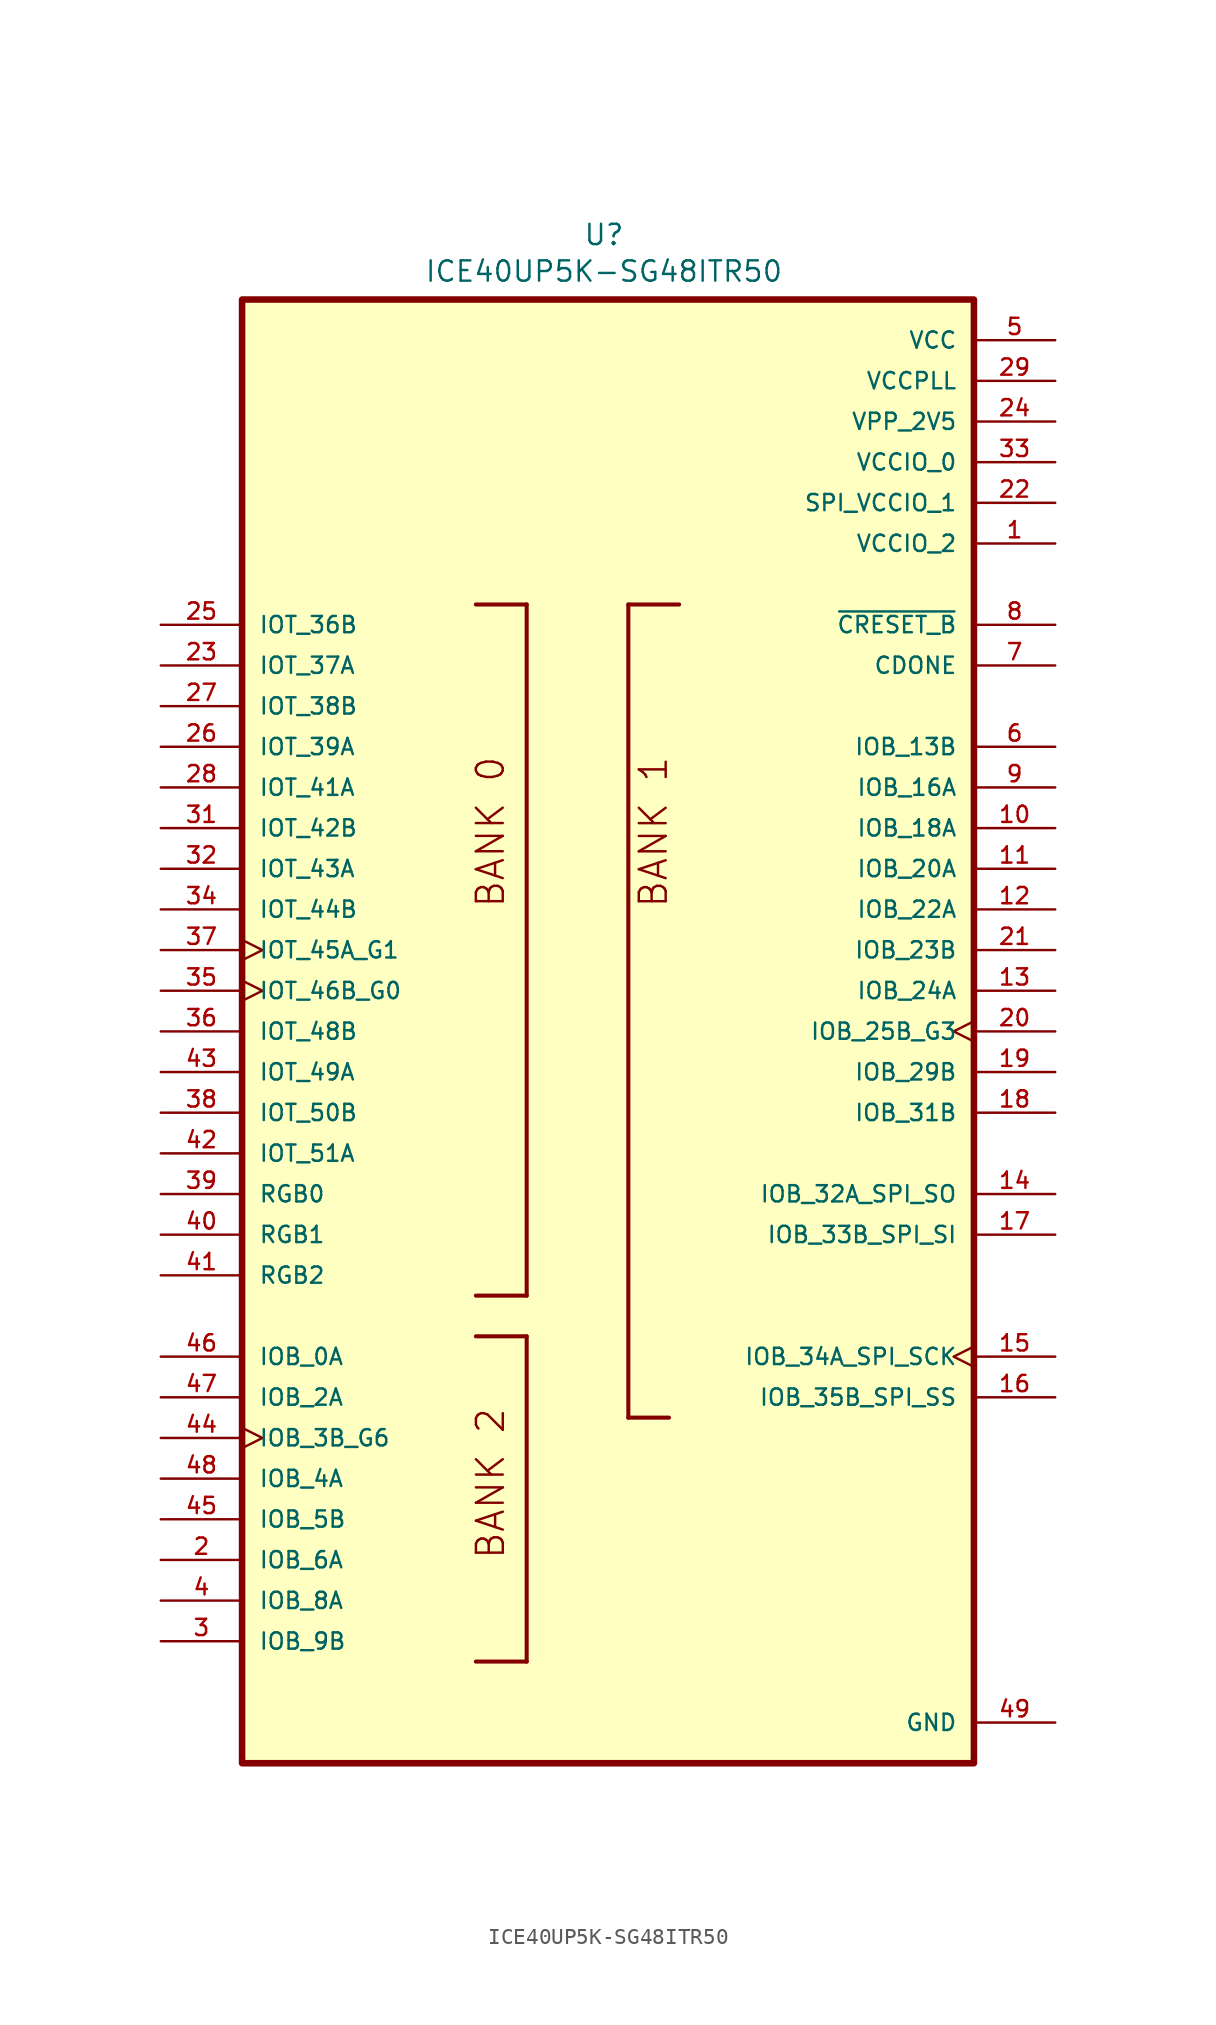
<source format=kicad_sym>
(kicad_symbol_lib
  (version 20241209)
  (generator "kicad_symbol_editor")
  (generator_version "9.0")
  (symbol "ICE40UP5K-SG48ITR50"
    (pin_names
      (offset 1.016))
    (property "Reference" "U"
      (at -0.254 49.022 0)
      (effects (font (size 1.27 1.27)) (justify bottom)))
    (property "Value" "ICE40UP5K-SG48ITR50"
      (at -0.254 46.736 0)
      (effects (font (size 1.27 1.27)) (justify bottom)))
    (symbol "ICE40UP5K-SG48ITR50_0_0"
      (rectangle (start -22.86 45.72) (end 22.86 -45.72) (stroke (width 0.41) (type default)) (fill (type background)))
      (polyline (pts (xy -8.255 26.67) (xy -5.08 26.67)) (stroke (width 0.254) (type default)) (fill (type none)))
      (polyline (pts (xy -8.255 -19.05) (xy -5.08 -19.05)) (stroke (width 0.254) (type default)) (fill (type none)))
      (polyline (pts (xy -5.08 26.67) (xy -5.08 -16.51)) (stroke (width 0.254) (type default)) (fill (type none)))
      (polyline (pts (xy -5.08 -16.51) (xy -8.255 -16.51)) (stroke (width 0.254) (type default)) (fill (type none)))
      (polyline (pts (xy -5.08 -19.05) (xy -5.08 -39.37)) (stroke (width 0.254) (type default)) (fill (type none)))
      (polyline (pts (xy -5.08 -39.37) (xy -8.255 -39.37)) (stroke (width 0.254) (type default)) (fill (type none)))
      (polyline (pts (xy 1.27 26.67) (xy 4.445 26.67)) (stroke (width 0.254) (type default)) (fill (type none)))
      (polyline (pts (xy 1.27 -24.13) (xy 1.27 26.67)) (stroke (width 0.254) (type default)) (fill (type none)))
      (polyline (pts (xy 3.81 -24.13) (xy 1.27 -24.13)) (stroke (width 0.254) (type default)) (fill (type none)))
      (text "BANK 0" (at -6.362 7.635 900) (effects (font (size 1.68 1.68)) (justify left bottom)))
      (text "BANK 2" (at -6.359 -33.064 900) (effects (font (size 1.679 1.679)) (justify left bottom)))
      (text "BANK 1" (at 3.817 7.633 900) (effects (font (size 1.679 1.679)) (justify left bottom)))
      (pin bidirectional line (at -27.94 25.4 0) (length 5.08) (name "IOT_36B" (effects (font (size 1.016 1.016)))) (number "25" (effects (font (size 1.016 1.016)))))
      (pin bidirectional line (at -27.94 22.86 0) (length 5.08) (name "IOT_37A" (effects (font (size 1.016 1.016)))) (number "23" (effects (font (size 1.016 1.016)))))
      (pin bidirectional line (at -27.94 20.32 0) (length 5.08) (name "IOT_38B" (effects (font (size 1.016 1.016)))) (number "27" (effects (font (size 1.016 1.016)))))
      (pin bidirectional line (at -27.94 17.78 0) (length 5.08) (name "IOT_39A" (effects (font (size 1.016 1.016)))) (number "26" (effects (font (size 1.016 1.016)))))
      (pin bidirectional line (at -27.94 15.24 0) (length 5.08) (name "IOT_41A" (effects (font (size 1.016 1.016)))) (number "28" (effects (font (size 1.016 1.016)))))
      (pin bidirectional line (at -27.94 12.7 0) (length 5.08) (name "IOT_42B" (effects (font (size 1.016 1.016)))) (number "31" (effects (font (size 1.016 1.016)))))
      (pin bidirectional line (at -27.94 10.16 0) (length 5.08) (name "IOT_43A" (effects (font (size 1.016 1.016)))) (number "32" (effects (font (size 1.016 1.016)))))
      (pin bidirectional line (at -27.94 7.62 0) (length 5.08) (name "IOT_44B" (effects (font (size 1.016 1.016)))) (number "34" (effects (font (size 1.016 1.016)))))
      (pin bidirectional clock (at -27.94 5.08 0) (length 5.08) (name "IOT_45A_G1" (effects (font (size 1.016 1.016)))) (number "37" (effects (font (size 1.016 1.016)))))
      (pin bidirectional clock (at -27.94 2.54 0) (length 5.08) (name "IOT_46B_G0" (effects (font (size 1.016 1.016)))) (number "35" (effects (font (size 1.016 1.016)))))
      (pin bidirectional line (at -27.94 0 0) (length 5.08) (name "IOT_48B" (effects (font (size 1.016 1.016)))) (number "36" (effects (font (size 1.016 1.016)))))
      (pin bidirectional line (at -27.94 -2.54 0) (length 5.08) (name "IOT_49A" (effects (font (size 1.016 1.016)))) (number "43" (effects (font (size 1.016 1.016)))))
      (pin bidirectional line (at -27.94 -5.08 0) (length 5.08) (name "IOT_50B" (effects (font (size 1.016 1.016)))) (number "38" (effects (font (size 1.016 1.016)))))
      (pin bidirectional line (at -27.94 -7.62 0) (length 5.08) (name "IOT_51A" (effects (font (size 1.016 1.016)))) (number "42" (effects (font (size 1.016 1.016)))))
      (pin bidirectional line (at -27.94 -10.16 0) (length 5.08) (name "RGB0" (effects (font (size 1.016 1.016)))) (number "39" (effects (font (size 1.016 1.016)))))
      (pin bidirectional line (at -27.94 -12.7 0) (length 5.08) (name "RGB1" (effects (font (size 1.016 1.016)))) (number "40" (effects (font (size 1.016 1.016)))))
      (pin bidirectional line (at -27.94 -15.24 0) (length 5.08) (name "RGB2" (effects (font (size 1.016 1.016)))) (number "41" (effects (font (size 1.016 1.016)))))
      (pin bidirectional line (at -27.94 -20.32 0) (length 5.08) (name "IOB_0A" (effects (font (size 1.016 1.016)))) (number "46" (effects (font (size 1.016 1.016)))))
      (pin bidirectional line (at -27.94 -22.86 0) (length 5.08) (name "IOB_2A" (effects (font (size 1.016 1.016)))) (number "47" (effects (font (size 1.016 1.016)))))
      (pin bidirectional clock (at -27.94 -25.4 0) (length 5.08) (name "IOB_3B_G6" (effects (font (size 1.016 1.016)))) (number "44" (effects (font (size 1.016 1.016)))))
      (pin bidirectional line (at -27.94 -27.94 0) (length 5.08) (name "IOB_4A" (effects (font (size 1.016 1.016)))) (number "48" (effects (font (size 1.016 1.016)))))
      (pin bidirectional line (at -27.94 -30.48 0) (length 5.08) (name "IOB_5B" (effects (font (size 1.016 1.016)))) (number "45" (effects (font (size 1.016 1.016)))))
      (pin bidirectional line (at -27.94 -33.02 0) (length 5.08) (name "IOB_6A" (effects (font (size 1.016 1.016)))) (number "2" (effects (font (size 1.016 1.016)))))
      (pin bidirectional line (at -27.94 -35.56 0) (length 5.08) (name "IOB_8A" (effects (font (size 1.016 1.016)))) (number "4" (effects (font (size 1.016 1.016)))))
      (pin bidirectional line (at -27.94 -38.1 0) (length 5.08) (name "IOB_9B" (effects (font (size 1.016 1.016)))) (number "3" (effects (font (size 1.016 1.016)))))
      (pin power_in line (at 27.94 43.18 180) (length 5.08) (name "VCC" (effects (font (size 1.016 1.016)))) (number "5" (effects (font (size 1.016 1.016)))))
      (pin power_in line (at 27.94 40.64 180) (length 5.08) (name "VCCPLL" (effects (font (size 1.016 1.016)))) (number "29" (effects (font (size 1.016 1.016)))))
      (pin power_in line (at 27.94 38.1 180) (length 5.08) (name "VPP_2V5" (effects (font (size 1.016 1.016)))) (number "24" (effects (font (size 1.016 1.016)))))
      (pin power_in line (at 27.94 35.56 180) (length 5.08) (name "VCCIO_0" (effects (font (size 1.016 1.016)))) (number "33" (effects (font (size 1.016 1.016)))))
      (pin power_in line (at 27.94 33.02 180) (length 5.08) (name "SPI_VCCIO_1" (effects (font (size 1.016 1.016)))) (number "22" (effects (font (size 1.016 1.016)))))
      (pin power_in line (at 27.94 30.48 180) (length 5.08) (name "VCCIO_2" (effects (font (size 1.016 1.016)))) (number "1" (effects (font (size 1.016 1.016)))))
      (pin input line (at 27.94 25.4 180) (length 5.08) (name "~{CRESET_B}" (effects (font (size 1.016 1.016)))) (number "8" (effects (font (size 1.016 1.016)))))
      (pin bidirectional line (at 27.94 22.86 180) (length 5.08) (name "CDONE" (effects (font (size 1.016 1.016)))) (number "7" (effects (font (size 1.016 1.016)))))
      (pin bidirectional line (at 27.94 17.78 180) (length 5.08) (name "IOB_13B" (effects (font (size 1.016 1.016)))) (number "6" (effects (font (size 1.016 1.016)))))
      (pin bidirectional line (at 27.94 15.24 180) (length 5.08) (name "IOB_16A" (effects (font (size 1.016 1.016)))) (number "9" (effects (font (size 1.016 1.016)))))
      (pin bidirectional line (at 27.94 12.7 180) (length 5.08) (name "IOB_18A" (effects (font (size 1.016 1.016)))) (number "10" (effects (font (size 1.016 1.016)))))
      (pin bidirectional line (at 27.94 10.16 180) (length 5.08) (name "IOB_20A" (effects (font (size 1.016 1.016)))) (number "11" (effects (font (size 1.016 1.016)))))
      (pin bidirectional line (at 27.94 7.62 180) (length 5.08) (name "IOB_22A" (effects (font (size 1.016 1.016)))) (number "12" (effects (font (size 1.016 1.016)))))
      (pin bidirectional line (at 27.94 5.08 180) (length 5.08) (name "IOB_23B" (effects (font (size 1.016 1.016)))) (number "21" (effects (font (size 1.016 1.016)))))
      (pin bidirectional line (at 27.94 2.54 180) (length 5.08) (name "IOB_24A" (effects (font (size 1.016 1.016)))) (number "13" (effects (font (size 1.016 1.016)))))
      (pin bidirectional clock (at 27.94 0 180) (length 5.08) (name "IOB_25B_G3" (effects (font (size 1.016 1.016)))) (number "20" (effects (font (size 1.016 1.016)))))
      (pin bidirectional line (at 27.94 -2.54 180) (length 5.08) (name "IOB_29B" (effects (font (size 1.016 1.016)))) (number "19" (effects (font (size 1.016 1.016)))))
      (pin bidirectional line (at 27.94 -5.08 180) (length 5.08) (name "IOB_31B" (effects (font (size 1.016 1.016)))) (number "18" (effects (font (size 1.016 1.016)))))
      (pin bidirectional line (at 27.94 -10.16 180) (length 5.08) (name "IOB_32A_SPI_SO" (effects (font (size 1.016 1.016)))) (number "14" (effects (font (size 1.016 1.016)))))
      (pin bidirectional line (at 27.94 -12.7 180) (length 5.08) (name "IOB_33B_SPI_SI" (effects (font (size 1.016 1.016)))) (number "17" (effects (font (size 1.016 1.016)))))
      (pin bidirectional clock (at 27.94 -20.32 180) (length 5.08) (name "IOB_34A_SPI_SCK" (effects (font (size 1.016 1.016)))) (number "15" (effects (font (size 1.016 1.016)))))
      (pin bidirectional line (at 27.94 -22.86 180) (length 5.08) (name "IOB_35B_SPI_SS" (effects (font (size 1.016 1.016)))) (number "16" (effects (font (size 1.016 1.016))))))
    (symbol "ICE40UP5K-SG48ITR50_1_0"
      (pin passive line (at 27.94 43.18 180) (length 5.08) (hide yes) (name "VCC" (effects (font (size 1.016 1.016)))) (number "30" (effects (font (size 1.016 1.016)))))
      (pin power_in line (at 27.94 -43.18 180) (length 5.08) (name "GND" (effects (font (size 1.016 1.016)))) (number "49" (effects (font (size 1.016 1.016))))))))
</source>
